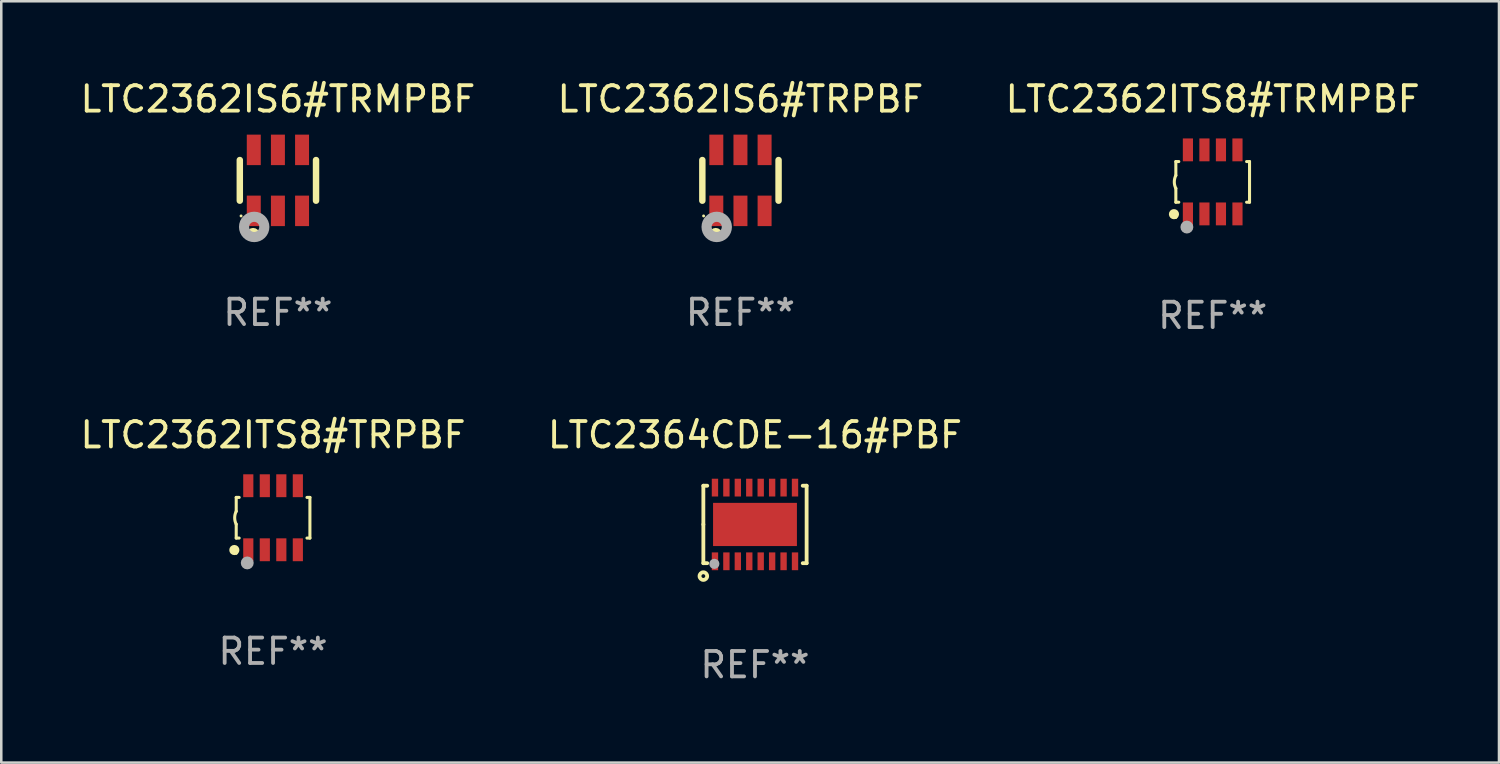
<source format=kicad_pcb>
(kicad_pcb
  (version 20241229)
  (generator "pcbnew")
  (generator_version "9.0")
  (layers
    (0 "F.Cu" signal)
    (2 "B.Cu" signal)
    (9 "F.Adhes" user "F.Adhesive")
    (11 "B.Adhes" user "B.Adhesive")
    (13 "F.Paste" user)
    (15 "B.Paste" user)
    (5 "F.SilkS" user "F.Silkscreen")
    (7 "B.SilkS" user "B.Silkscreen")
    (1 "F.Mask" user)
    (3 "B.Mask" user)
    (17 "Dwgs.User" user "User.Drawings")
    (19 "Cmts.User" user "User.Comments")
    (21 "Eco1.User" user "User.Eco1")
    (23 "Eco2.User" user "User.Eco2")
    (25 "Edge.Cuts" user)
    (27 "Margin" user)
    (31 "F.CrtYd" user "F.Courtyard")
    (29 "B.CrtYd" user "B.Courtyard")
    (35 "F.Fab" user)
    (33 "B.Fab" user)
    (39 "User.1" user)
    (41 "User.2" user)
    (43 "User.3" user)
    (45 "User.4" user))
  (footprint "LTC2362IS6#TRMPBF"
    (layer "F.Cu")
    (at 7.887 4.048)
    (property "Reference" "LTC2362IS6#TRMPBF" (at 0 -3.2 0) (layer "F.SilkS") (effects (font (size 1 1) (thickness 0.15))))
    (attr through_hole)
    (fp_line (start -1.5 0.8) (end -1.5 -0.8) (stroke (width 0.254) (type solid)) (layer "F.SilkS"))
    (fp_line (start 1.5 -0.8) (end 1.5 0.8) (stroke (width 0.254) (type solid)) (layer "F.SilkS"))
    (fp_circle (center -1.45 1.4) (end -1.42 1.4) (stroke (width 0.06) (type solid)) (fill no) (layer "F.SilkS"))
    (fp_circle (center -0.975 2.125) (end -0.848 2.125) (stroke (width 0.254) (type solid)) (fill no) (layer "F.SilkS"))
    (fp_circle (center -0.934 1.832) (end -0.735 1.832) (stroke (width 0.4) (type solid)) (fill no) (layer "F.Fab"))
    (fp_text user "REF**" (at 0 5.2 0) (layer "F.Fab") (effects (font (size 1 1) (thickness 0.15))))
    (pad "1" smd rect (at -0.95 1.2) (size 0.55 1.2) (layers "F.Cu" "F.Mask" "F.Paste"))
    (pad "2" smd rect (at 0 1.2) (size 0.55 1.2) (layers "F.Cu" "F.Mask" "F.Paste"))
    (pad "3" smd rect (at 0.95 1.2) (size 0.55 1.2) (layers "F.Cu" "F.Mask" "F.Paste"))
    (pad "4" smd rect (at 0.95 -1.2) (size 0.55 1.2) (layers "F.Cu" "F.Mask" "F.Paste"))
    (pad "5" smd rect (at 0 -1.2) (size 0.55 1.2) (layers "F.Cu" "F.Mask" "F.Paste"))
    (pad "6" smd rect (at -0.95 -1.2) (size 0.55 1.2) (layers "F.Cu" "F.Mask" "F.Paste")))
  (footprint "LTC2362IS6#TRPBF"
    (layer "F.Cu")
    (at 26.089 4.048)
    (property "Reference" "LTC2362IS6#TRPBF" (at 0 -3.2 0) (layer "F.SilkS") (effects (font (size 1 1) (thickness 0.15))))
    (attr through_hole)
    (fp_line (start -1.5 0.8) (end -1.5 -0.8) (stroke (width 0.254) (type solid)) (layer "F.SilkS"))
    (fp_line (start 1.5 -0.8) (end 1.5 0.8) (stroke (width 0.254) (type solid)) (layer "F.SilkS"))
    (fp_circle (center -1.45 1.4) (end -1.42 1.4) (stroke (width 0.06) (type solid)) (fill no) (layer "F.SilkS"))
    (fp_circle (center -0.975 2.125) (end -0.848 2.125) (stroke (width 0.254) (type solid)) (fill no) (layer "F.SilkS"))
    (fp_circle (center -0.934 1.832) (end -0.735 1.832) (stroke (width 0.4) (type solid)) (fill no) (layer "F.Fab"))
    (fp_text user "REF**" (at 0 5.2 0) (layer "F.Fab") (effects (font (size 1 1) (thickness 0.15))))
    (pad "1" smd rect (at -0.95 1.2) (size 0.55 1.2) (layers "F.Cu" "F.Mask" "F.Paste"))
    (pad "2" smd rect (at 0 1.2) (size 0.55 1.2) (layers "F.Cu" "F.Mask" "F.Paste"))
    (pad "3" smd rect (at 0.95 1.2) (size 0.55 1.2) (layers "F.Cu" "F.Mask" "F.Paste"))
    (pad "4" smd rect (at 0.95 -1.2) (size 0.55 1.2) (layers "F.Cu" "F.Mask" "F.Paste"))
    (pad "5" smd rect (at 0 -1.2) (size 0.55 1.2) (layers "F.Cu" "F.Mask" "F.Paste"))
    (pad "6" smd rect (at -0.95 -1.2) (size 0.55 1.2) (layers "F.Cu" "F.Mask" "F.Paste")))
  (footprint "LTC2362ITS8#TRPBF"
    (layer "F.Cu")
    (at 7.696 17.325)
    (property "Reference" "LTC2362ITS8#TRPBF" (at 0 -3.26 0) (layer "F.SilkS") (effects (font (size 1 1) (thickness 0.15))))
    (attr through_hole)
    (fp_line (start -1.45 -0.8) (end -1.45 -0.254) (stroke (width 0.12) (type solid)) (layer "F.SilkS"))
    (fp_line (start -1.45 -0.8) (end -1.334 -0.8) (stroke (width 0.12) (type solid)) (layer "F.SilkS"))
    (fp_line (start -1.45 0.8) (end -1.45 0.254) (stroke (width 0.12) (type solid)) (layer "F.SilkS"))
    (fp_line (start -1.45 0.8) (end -1.334 0.8) (stroke (width 0.12) (type solid)) (layer "F.SilkS"))
    (fp_line (start 1.334 -0.8) (end 1.45 -0.8) (stroke (width 0.12) (type solid)) (layer "F.SilkS"))
    (fp_line (start 1.334 0.8) (end 1.45 0.8) (stroke (width 0.12) (type solid)) (layer "F.SilkS"))
    (fp_line (start 1.45 0.8) (end 1.45 -0.8) (stroke (width 0.12) (type solid)) (layer "F.SilkS"))
    (fp_arc (start -1.45075 0.255144) (mid -1.510605 0.000434) (end -1.450013 -0.254102) (stroke (width 0.11999) (type solid)) (layer "F.SilkS"))
    (fp_circle (center -1.524 1.27) (end -1.424 1.27) (stroke (width 0.2) (type solid)) (fill no) (layer "F.SilkS"))
    (fp_circle (center -1.45 1.4) (end -1.42 1.4) (stroke (width 0.06) (type solid)) (fill no) (layer "F.SilkS"))
    (fp_circle (center -1.016 1.778) (end -0.889 1.778) (stroke (width 0.254) (type solid)) (fill no) (layer "F.Fab"))
    (fp_text user "REF**" (at 0 5.26 0) (layer "F.Fab") (effects (font (size 1 1) (thickness 0.15))))
    (pad "1" smd rect (at -0.975 1.26) (size 0.4 0.9) (layers "F.Cu" "F.Mask" "F.Paste"))
    (pad "2" smd rect (at -0.325 1.26) (size 0.4 0.9) (layers "F.Cu" "F.Mask" "F.Paste"))
    (pad "3" smd rect (at 0.325 1.26) (size 0.4 0.9) (layers "F.Cu" "F.Mask" "F.Paste"))
    (pad "4" smd rect (at 0.975 1.26) (size 0.4 0.9) (layers "F.Cu" "F.Mask" "F.Paste"))
    (pad "5" smd rect (at 0.975 -1.26) (size 0.4 0.9) (layers "F.Cu" "F.Mask" "F.Paste"))
    (pad "6" smd rect (at 0.325 -1.26) (size 0.4 0.9) (layers "F.Cu" "F.Mask" "F.Paste"))
    (pad "7" smd rect (at -0.325 -1.26) (size 0.4 0.9) (layers "F.Cu" "F.Mask" "F.Paste"))
    (pad "8" smd rect (at -0.975 -1.26) (size 0.4 0.9) (layers "F.Cu" "F.Mask" "F.Paste")))
  (footprint "LTC2364CDE-16#PBF"
    (layer "F.Cu")
    (at 26.661 17.589)
    (property "Reference" "LTC2364CDE-16#PBF" (at 0 -3.524 0) (layer "F.SilkS") (effects (font (size 1 1) (thickness 0.15))))
    (attr through_hole)
    (fp_line (start -2.032 -1.524) (end -1.879 -1.524) (stroke (width 0.15) (type solid)) (layer "F.SilkS"))
    (fp_line (start -2.032 0) (end -2.032 -1.524) (stroke (width 0.15) (type solid)) (layer "F.SilkS"))
    (fp_line (start -2.032 1.524) (end -2.032 0) (stroke (width 0.15) (type solid)) (layer "F.SilkS"))
    (fp_line (start -1.879 1.524) (end -2.032 1.524) (stroke (width 0.15) (type solid)) (layer "F.SilkS"))
    (fp_line (start 1.879 -1.524) (end 2.032 -1.524) (stroke (width 0.15) (type solid)) (layer "F.SilkS"))
    (fp_line (start 2.032 -1.524) (end 2.032 1.524) (stroke (width 0.15) (type solid)) (layer "F.SilkS"))
    (fp_line (start 2.032 1.524) (end 1.879 1.524) (stroke (width 0.15) (type solid)) (layer "F.SilkS"))
    (fp_circle (center -2.032 2.032) (end -1.882 2.032) (stroke (width 0.15) (type solid)) (fill no) (layer "F.SilkS"))
    (fp_circle (center -2 1.5) (end -1.97 1.5) (stroke (width 0.06) (type solid)) (fill no) (layer "F.SilkS"))
    (fp_circle (center -1.6 1.55) (end -1.5 1.55) (stroke (width 0.2) (type solid)) (fill no) (layer "F.Fab"))
    (fp_text user "REF**" (at 0 5.524 0) (layer "F.Fab") (effects (font (size 1 1) (thickness 0.15))))
    (pad "1" smd rect (at -1.575 1.45 90) (size 0.7 0.25) (layers "F.Cu" "F.Mask" "F.Paste"))
    (pad "2" smd rect (at -1.125 1.45 90) (size 0.7 0.25) (layers "F.Cu" "F.Mask" "F.Paste"))
    (pad "3" smd rect (at -0.675 1.45 90) (size 0.7 0.25) (layers "F.Cu" "F.Mask" "F.Paste"))
    (pad "4" smd rect (at -0.225 1.45 90) (size 0.7 0.25) (layers "F.Cu" "F.Mask" "F.Paste"))
    (pad "5" smd rect (at 0.225 1.45 90) (size 0.7 0.25) (layers "F.Cu" "F.Mask" "F.Paste"))
    (pad "6" smd rect (at 0.675 1.45 90) (size 0.7 0.25) (layers "F.Cu" "F.Mask" "F.Paste"))
    (pad "7" smd rect (at 1.125 1.45 90) (size 0.7 0.25) (layers "F.Cu" "F.Mask" "F.Paste"))
    (pad "8" smd rect (at 1.575 1.45 90) (size 0.7 0.25) (layers "F.Cu" "F.Mask" "F.Paste"))
    (pad "9" smd rect (at 1.575 -1.45 90) (size 0.7 0.25) (layers "F.Cu" "F.Mask" "F.Paste"))
    (pad "10" smd rect (at 1.125 -1.45 90) (size 0.7 0.25) (layers "F.Cu" "F.Mask" "F.Paste"))
    (pad "11" smd rect (at 0.675 -1.45 90) (size 0.7 0.25) (layers "F.Cu" "F.Mask" "F.Paste"))
    (pad "12" smd rect (at 0.225 -1.45 90) (size 0.7 0.25) (layers "F.Cu" "F.Mask" "F.Paste"))
    (pad "13" smd rect (at -0.225 -1.45 90) (size 0.7 0.25) (layers "F.Cu" "F.Mask" "F.Paste"))
    (pad "14" smd rect (at -0.675 -1.45 90) (size 0.7 0.25) (layers "F.Cu" "F.Mask" "F.Paste"))
    (pad "15" smd rect (at -1.125 -1.45 90) (size 0.7 0.25) (layers "F.Cu" "F.Mask" "F.Paste"))
    (pad "16" smd rect (at -1.575 -1.45 90) (size 0.7 0.25) (layers "F.Cu" "F.Mask" "F.Paste"))
    (pad "17" smd rect (at 0.000127 0 90) (size 1.7 3.3) (layers "F.Cu" "F.Mask" "F.Paste")))
  (footprint "LTC2362ITS8#TRMPBF"
    (layer "F.Cu")
    (at 44.673 4.108)
    (property "Reference" "LTC2362ITS8#TRMPBF" (at 0 -3.26 0) (layer "F.SilkS") (effects (font (size 1 1) (thickness 0.15))))
    (attr through_hole)
    (fp_line (start -1.45 -0.8) (end -1.45 -0.254) (stroke (width 0.12) (type solid)) (layer "F.SilkS"))
    (fp_line (start -1.45 -0.8) (end -1.334 -0.8) (stroke (width 0.12) (type solid)) (layer "F.SilkS"))
    (fp_line (start -1.45 0.8) (end -1.45 0.254) (stroke (width 0.12) (type solid)) (layer "F.SilkS"))
    (fp_line (start -1.45 0.8) (end -1.334 0.8) (stroke (width 0.12) (type solid)) (layer "F.SilkS"))
    (fp_line (start 1.334 -0.8) (end 1.45 -0.8) (stroke (width 0.12) (type solid)) (layer "F.SilkS"))
    (fp_line (start 1.334 0.8) (end 1.45 0.8) (stroke (width 0.12) (type solid)) (layer "F.SilkS"))
    (fp_line (start 1.45 0.8) (end 1.45 -0.8) (stroke (width 0.12) (type solid)) (layer "F.SilkS"))
    (fp_arc (start -1.45075 0.255144) (mid -1.510605 0.000434) (end -1.450013 -0.254102) (stroke (width 0.11999) (type solid)) (layer "F.SilkS"))
    (fp_circle (center -1.524 1.27) (end -1.424 1.27) (stroke (width 0.2) (type solid)) (fill no) (layer "F.SilkS"))
    (fp_circle (center -1.45 1.4) (end -1.42 1.4) (stroke (width 0.06) (type solid)) (fill no) (layer "F.SilkS"))
    (fp_circle (center -1.016 1.778) (end -0.889 1.778) (stroke (width 0.254) (type solid)) (fill no) (layer "F.Fab"))
    (fp_text user "REF**" (at 0 5.26 0) (layer "F.Fab") (effects (font (size 1 1) (thickness 0.15))))
    (pad "1" smd rect (at -0.975 1.26) (size 0.4 0.9) (layers "F.Cu" "F.Mask" "F.Paste"))
    (pad "2" smd rect (at -0.325 1.26) (size 0.4 0.9) (layers "F.Cu" "F.Mask" "F.Paste"))
    (pad "3" smd rect (at 0.325 1.26) (size 0.4 0.9) (layers "F.Cu" "F.Mask" "F.Paste"))
    (pad "4" smd rect (at 0.975 1.26) (size 0.4 0.9) (layers "F.Cu" "F.Mask" "F.Paste"))
    (pad "5" smd rect (at 0.975 -1.26) (size 0.4 0.9) (layers "F.Cu" "F.Mask" "F.Paste"))
    (pad "6" smd rect (at 0.325 -1.26) (size 0.4 0.9) (layers "F.Cu" "F.Mask" "F.Paste"))
    (pad "7" smd rect (at -0.325 -1.26) (size 0.4 0.9) (layers "F.Cu" "F.Mask" "F.Paste"))
    (pad "8" smd rect (at -0.975 -1.26) (size 0.4 0.9) (layers "F.Cu" "F.Mask" "F.Paste")))
  (gr_rect
    (start -3 -3)
    (end 55.94 26.961)
    (stroke (width 0.1) (type default))
    (fill no)
    (layer "Edge.Cuts")))
</source>
